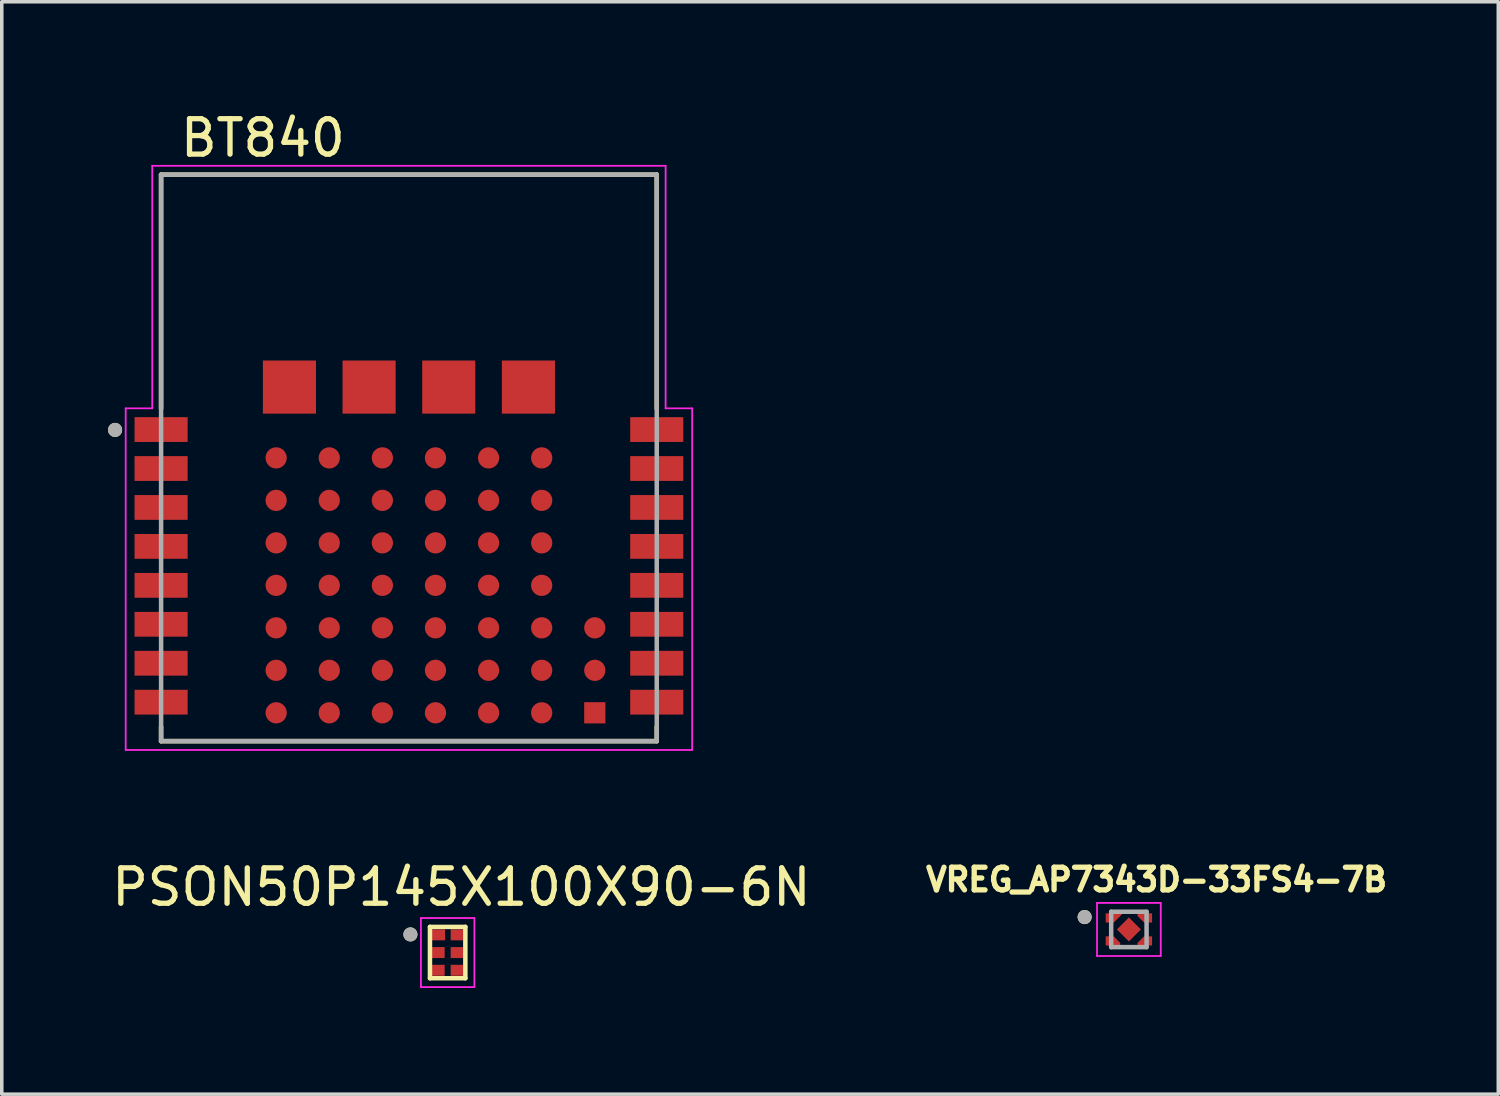
<source format=kicad_pcb>
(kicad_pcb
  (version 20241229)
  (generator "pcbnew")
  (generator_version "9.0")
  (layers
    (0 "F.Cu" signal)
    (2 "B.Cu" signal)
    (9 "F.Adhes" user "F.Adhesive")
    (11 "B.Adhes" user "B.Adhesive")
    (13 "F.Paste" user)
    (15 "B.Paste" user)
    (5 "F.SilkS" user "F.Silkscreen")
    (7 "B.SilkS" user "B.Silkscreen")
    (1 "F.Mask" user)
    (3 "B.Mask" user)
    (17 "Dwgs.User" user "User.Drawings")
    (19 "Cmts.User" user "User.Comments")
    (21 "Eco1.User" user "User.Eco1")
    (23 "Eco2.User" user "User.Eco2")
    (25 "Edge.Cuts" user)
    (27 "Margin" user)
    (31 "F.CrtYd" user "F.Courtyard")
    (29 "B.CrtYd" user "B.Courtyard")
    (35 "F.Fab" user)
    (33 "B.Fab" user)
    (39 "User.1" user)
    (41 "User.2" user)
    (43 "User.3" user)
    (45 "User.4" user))
  (footprint "BT840"
    (layer "F.Cu")
    (at 8.5 9.883)
    (property "Reference" "BT840" (at -4.125 -9.035 0) (layer "F.SilkS") (effects (font (size 1 1) (thickness 0.15))))
    (attr through_hole)
    (fp_line (start -7 -8) (end -7 -1.39) (stroke (width 0.127) (type solid)) (layer "F.SilkS"))
    (fp_line (start -7 -8) (end 7 -8) (stroke (width 0.127) (type solid)) (layer "F.SilkS"))
    (fp_line (start -7 7.59) (end -7 8) (stroke (width 0.127) (type solid)) (layer "F.SilkS"))
    (fp_line (start -7 8) (end 7 8) (stroke (width 0.127) (type solid)) (layer "F.SilkS"))
    (fp_line (start 7 -8) (end 7 -1.39) (stroke (width 0.127) (type solid)) (layer "F.SilkS"))
    (fp_line (start 7 8) (end 7 7.59) (stroke (width 0.127) (type solid)) (layer "F.SilkS"))
    (fp_circle (center -8.3 -0.79) (end -8.2 -0.79) (stroke (width 0.2) (type solid)) (fill no) (layer "F.SilkS"))
    (fp_line (start -8 -1.4) (end -8 8.25) (stroke (width 0.05) (type solid)) (layer "F.CrtYd"))
    (fp_line (start -8 -1.4) (end -7.25 -1.4) (stroke (width 0.05) (type solid)) (layer "F.CrtYd"))
    (fp_line (start -7.25 -8.25) (end -7.25 -1.4) (stroke (width 0.05) (type solid)) (layer "F.CrtYd"))
    (fp_line (start -7.25 -8.25) (end 7.25 -8.25) (stroke (width 0.05) (type solid)) (layer "F.CrtYd"))
    (fp_line (start 7.25 -8.25) (end 7.25 -1.4) (stroke (width 0.05) (type solid)) (layer "F.CrtYd"))
    (fp_line (start 7.25 -1.4) (end 8 -1.4) (stroke (width 0.05) (type solid)) (layer "F.CrtYd"))
    (fp_line (start 8 -1.4) (end 8 8.25) (stroke (width 0.05) (type solid)) (layer "F.CrtYd"))
    (fp_line (start 8 8.25) (end -8 8.25) (stroke (width 0.05) (type solid)) (layer "F.CrtYd"))
    (fp_line (start -7 -8) (end 7 -8) (stroke (width 0.127) (type solid)) (layer "F.Fab"))
    (fp_line (start -7 8) (end -7 -8) (stroke (width 0.127) (type solid)) (layer "F.Fab"))
    (fp_line (start 7 -8) (end 7 8) (stroke (width 0.127) (type solid)) (layer "F.Fab"))
    (fp_line (start 7 8) (end -7 8) (stroke (width 0.127) (type solid)) (layer "F.Fab"))
    (fp_circle (center -8.3 -0.79) (end -8.2 -0.79) (stroke (width 0.2) (type solid)) (fill no) (layer "F.Fab"))
    (pad "1" smd rect (at -7 -0.8) (size 1.5 0.7) (layers "F.Cu" "F.Mask" "F.Paste"))
    (pad "2" smd rect (at -7 0.3) (size 1.5 0.7) (layers "F.Cu" "F.Mask" "F.Paste"))
    (pad "3" smd rect (at -7 1.4) (size 1.5 0.7) (layers "F.Cu" "F.Mask" "F.Paste"))
    (pad "4" smd rect (at -7 2.5) (size 1.5 0.7) (layers "F.Cu" "F.Mask" "F.Paste"))
    (pad "5" smd rect (at -7 3.6) (size 1.5 0.7) (layers "F.Cu" "F.Mask" "F.Paste"))
    (pad "6" smd rect (at -7 4.7) (size 1.5 0.7) (layers "F.Cu" "F.Mask" "F.Paste"))
    (pad "7" smd rect (at -7 5.8) (size 1.5 0.7) (layers "F.Cu" "F.Mask" "F.Paste"))
    (pad "8" smd rect (at -7 6.9) (size 1.5 0.7) (layers "F.Cu" "F.Mask" "F.Paste"))
    (pad "9" smd rect (at 7 6.9 180) (size 1.5 0.7) (layers "F.Cu" "F.Mask" "F.Paste"))
    (pad "10" smd rect (at 7 5.8 180) (size 1.5 0.7) (layers "F.Cu" "F.Mask" "F.Paste"))
    (pad "11" smd rect (at 7 4.7 180) (size 1.5 0.7) (layers "F.Cu" "F.Mask" "F.Paste"))
    (pad "12" smd rect (at 7 3.6 180) (size 1.5 0.7) (layers "F.Cu" "F.Mask" "F.Paste"))
    (pad "13" smd rect (at 7 2.5 180) (size 1.5 0.7) (layers "F.Cu" "F.Mask" "F.Paste"))
    (pad "14" smd rect (at 7 1.4 180) (size 1.5 0.7) (layers "F.Cu" "F.Mask" "F.Paste"))
    (pad "15" smd rect (at 7 0.3 180) (size 1.5 0.7) (layers "F.Cu" "F.Mask" "F.Paste"))
    (pad "16" smd rect (at 7 -0.8 180) (size 1.5 0.7) (layers "F.Cu" "F.Mask" "F.Paste"))
    (pad "A0" smd circle (at -2.25 0) (size 0.6 0.6) (layers "F.Cu" "F.Mask" "F.Paste"))
    (pad "A1" smd circle (at -2.25 1.2) (size 0.6 0.6) (layers "F.Cu" "F.Mask" "F.Paste"))
    (pad "A2" smd circle (at -2.25 2.4) (size 0.6 0.6) (layers "F.Cu" "F.Mask" "F.Paste"))
    (pad "A3" smd circle (at -2.25 3.6) (size 0.6 0.6) (layers "F.Cu" "F.Mask" "F.Paste"))
    (pad "A4" smd circle (at -2.25 4.8) (size 0.6 0.6) (layers "F.Cu" "F.Mask" "F.Paste"))
    (pad "A5" smd circle (at -2.25 6) (size 0.6 0.6) (layers "F.Cu" "F.Mask" "F.Paste"))
    (pad "A6" smd circle (at -2.25 7.2) (size 0.6 0.6) (layers "F.Cu" "F.Mask" "F.Paste"))
    (pad "B0" smd circle (at -0.75 0) (size 0.6 0.6) (layers "F.Cu" "F.Mask" "F.Paste"))
    (pad "B1" smd circle (at -0.75 1.2) (size 0.6 0.6) (layers "F.Cu" "F.Mask" "F.Paste"))
    (pad "B2" smd circle (at -0.75 2.4) (size 0.6 0.6) (layers "F.Cu" "F.Mask" "F.Paste"))
    (pad "B3" smd circle (at -0.75 3.6) (size 0.6 0.6) (layers "F.Cu" "F.Mask" "F.Paste"))
    (pad "B4" smd circle (at -0.75 4.8) (size 0.6 0.6) (layers "F.Cu" "F.Mask" "F.Paste"))
    (pad "B5" smd circle (at -0.75 6) (size 0.6 0.6) (layers "F.Cu" "F.Mask" "F.Paste"))
    (pad "B6" smd circle (at -0.75 7.2) (size 0.6 0.6) (layers "F.Cu" "F.Mask" "F.Paste"))
    (pad "C0" smd circle (at 0.75 0) (size 0.6 0.6) (layers "F.Cu" "F.Mask" "F.Paste"))
    (pad "C1" smd circle (at 0.75 1.2) (size 0.6 0.6) (layers "F.Cu" "F.Mask" "F.Paste"))
    (pad "C2" smd circle (at 0.75 2.4) (size 0.6 0.6) (layers "F.Cu" "F.Mask" "F.Paste"))
    (pad "C3" smd circle (at 0.75 3.6) (size 0.6 0.6) (layers "F.Cu" "F.Mask" "F.Paste"))
    (pad "C4" smd circle (at 0.75 4.8) (size 0.6 0.6) (layers "F.Cu" "F.Mask" "F.Paste"))
    (pad "C5" smd circle (at 0.75 6) (size 0.6 0.6) (layers "F.Cu" "F.Mask" "F.Paste"))
    (pad "C6" smd circle (at 0.75 7.2) (size 0.6 0.6) (layers "F.Cu" "F.Mask" "F.Paste"))
    (pad "D0" smd circle (at 2.25 0) (size 0.6 0.6) (layers "F.Cu" "F.Mask" "F.Paste"))
    (pad "D1" smd circle (at 2.25 1.2) (size 0.6 0.6) (layers "F.Cu" "F.Mask" "F.Paste"))
    (pad "D2" smd circle (at 2.25 2.4) (size 0.6 0.6) (layers "F.Cu" "F.Mask" "F.Paste"))
    (pad "D3" smd circle (at 2.25 3.6) (size 0.6 0.6) (layers "F.Cu" "F.Mask" "F.Paste"))
    (pad "D4" smd circle (at 2.25 4.8) (size 0.6 0.6) (layers "F.Cu" "F.Mask" "F.Paste"))
    (pad "D5" smd circle (at 2.25 6) (size 0.6 0.6) (layers "F.Cu" "F.Mask" "F.Paste"))
    (pad "D6" smd circle (at 2.25 7.2) (size 0.6 0.6) (layers "F.Cu" "F.Mask" "F.Paste"))
    (pad "E0" smd circle (at 3.75 0) (size 0.6 0.6) (layers "F.Cu" "F.Mask" "F.Paste"))
    (pad "E1" smd circle (at 3.75 1.2) (size 0.6 0.6) (layers "F.Cu" "F.Mask" "F.Paste"))
    (pad "E2" smd circle (at 3.75 2.4) (size 0.6 0.6) (layers "F.Cu" "F.Mask" "F.Paste"))
    (pad "E3" smd circle (at 3.75 3.6) (size 0.6 0.6) (layers "F.Cu" "F.Mask" "F.Paste"))
    (pad "E4" smd circle (at 3.75 4.8) (size 0.6 0.6) (layers "F.Cu" "F.Mask" "F.Paste"))
    (pad "E5" smd circle (at 3.75 6) (size 0.6 0.6) (layers "F.Cu" "F.Mask" "F.Paste"))
    (pad "E6" smd circle (at 3.75 7.2) (size 0.6 0.6) (layers "F.Cu" "F.Mask" "F.Paste"))
    (pad "F0" smd rect (at -3.375 -2) (size 1.5 1.5) (layers "F.Cu" "F.Mask" "F.Paste"))
    (pad "F1" smd rect (at -1.125 -2) (size 1.5 1.5) (layers "F.Cu" "F.Mask" "F.Paste"))
    (pad "F2" smd rect (at 1.125 -2) (size 1.5 1.5) (layers "F.Cu" "F.Mask" "F.Paste"))
    (pad "F3" smd rect (at 3.375 -2) (size 1.5 1.5) (layers "F.Cu" "F.Mask" "F.Paste"))
    (pad "F4" smd circle (at 5.25 4.8) (size 0.6 0.6) (layers "F.Cu" "F.Mask" "F.Paste"))
    (pad "F5" smd circle (at 5.25 6) (size 0.6 0.6) (layers "F.Cu" "F.Mask" "F.Paste"))
    (pad "F6" smd rect (at 5.25 7.2) (size 0.6 0.6) (layers "F.Cu" "F.Mask" "F.Paste"))
    (pad "Z0" smd circle (at -3.75 0) (size 0.6 0.6) (layers "F.Cu" "F.Mask" "F.Paste"))
    (pad "Z1" smd circle (at -3.75 1.2) (size 0.6 0.6) (layers "F.Cu" "F.Mask" "F.Paste"))
    (pad "Z2" smd circle (at -3.75 2.4) (size 0.6 0.6) (layers "F.Cu" "F.Mask" "F.Paste"))
    (pad "Z3" smd circle (at -3.75 3.6) (size 0.6 0.6) (layers "F.Cu" "F.Mask" "F.Paste"))
    (pad "Z4" smd circle (at -3.75 4.8) (size 0.6 0.6) (layers "F.Cu" "F.Mask" "F.Paste"))
    (pad "Z5" smd circle (at -3.75 6) (size 0.6 0.6) (layers "F.Cu" "F.Mask" "F.Paste"))
    (pad "Z6" smd circle (at -3.75 7.2) (size 0.6 0.6) (layers "F.Cu" "F.Mask" "F.Paste"))
    (zone (net_name "") (layer "F.Cu") (hatch full 0.508) (connect_pads) (min_thickness 0.01) (filled_areas_thickness no) (keepout (tracks not_allowed) (vias not_allowed) (pads not_allowed) (copperpour not_allowed) (footprints allowed)) (placement (enabled no)) (fill) (polygon (pts (xy 1.5 1.883) (xy 15.5 1.883) (xy 15.5 6.883) (xy 1.5 6.883))))
    (zone (net_name "") (layers "F.Cu" "B.Cu") (hatch full 0.508) (connect_pads) (min_thickness 0.01) (filled_areas_thickness no) (keepout (tracks allowed) (vias not_allowed) (pads allowed) (copperpour allowed) (footprints allowed)) (placement (enabled no)) (fill) (polygon (pts (xy 1.5 1.883) (xy 15.5 1.883) (xy 15.5 6.883) (xy 1.5 6.883)))))
  (footprint "VREG_AP7343D-33FS4-7B"
    (layer "F.Cu")
    (at 28.835 23.202)
    (property "Reference" "VREG_AP7343D-33FS4-7B" (at 0.782 -1.406 0) (layer "F.SilkS") (effects (font (size 0.64 0.64) (thickness 0.15))))
    (attr smd)
    (fp_poly (pts (xy -0.75 -0.55) (xy 0.02 -0.55) (xy -0.43 -0.1) (xy -0.75 -0.1)) (stroke (width 0.01) (type solid)) (fill yes) (layer "F.Mask"))
    (fp_poly (pts (xy -0.75 0.55) (xy -0.15 0.55) (xy -0.15 0.38) (xy -0.43 0.1) (xy -0.75 0.1)) (stroke (width 0.01) (type solid)) (fill yes) (layer "F.Mask"))
    (fp_poly (pts (xy 0.75 -0.55) (xy 0.15 -0.55) (xy 0.15 -0.38) (xy 0.43 -0.1) (xy 0.75 -0.1)) (stroke (width 0.01) (type solid)) (fill yes) (layer "F.Mask"))
    (fp_poly (pts (xy 0.75 0.55) (xy 0.15 0.55) (xy 0.15 0.38) (xy 0.43 0.1) (xy 0.75 0.1)) (stroke (width 0.01) (type solid)) (fill yes) (layer "F.Mask"))
    (fp_circle (center -1.25 -0.35) (end -1.15 -0.35) (stroke (width 0.2) (type solid)) (fill no) (layer "F.SilkS"))
    (fp_poly (pts (xy -0.65 -0.45) (xy -0.18 -0.45) (xy -0.43 -0.2) (xy -0.65 -0.2)) (stroke (width 0.01) (type solid)) (fill yes) (layer "F.Paste"))
    (fp_poly (pts (xy -0.152 -0.152) (xy 0.152 -0.152) (xy 0.152 0.152) (xy -0.152 0.152)) (stroke (width 0.01) (type solid)) (fill yes) (layer "F.Paste"))
    (fp_poly (pts (xy -0.65 0.45) (xy -0.25 0.45) (xy -0.25 0.38) (xy -0.43 0.2) (xy -0.65 0.2)) (stroke (width 0.01) (type solid)) (fill yes) (layer "F.Paste"))
    (fp_poly (pts (xy 0.65 -0.45) (xy 0.25 -0.45) (xy 0.25 -0.38) (xy 0.43 -0.2) (xy 0.65 -0.2)) (stroke (width 0.01) (type solid)) (fill yes) (layer "F.Paste"))
    (fp_poly (pts (xy 0.65 0.45) (xy 0.25 0.45) (xy 0.25 0.38) (xy 0.43 0.2) (xy 0.65 0.2)) (stroke (width 0.01) (type solid)) (fill yes) (layer "F.Paste"))
    (fp_line (start -0.9 -0.75) (end 0.9 -0.75) (stroke (width 0.05) (type solid)) (layer "F.CrtYd"))
    (fp_line (start -0.9 0.75) (end -0.9 -0.75) (stroke (width 0.05) (type solid)) (layer "F.CrtYd"))
    (fp_line (start 0.9 -0.75) (end 0.9 0.75) (stroke (width 0.05) (type solid)) (layer "F.CrtYd"))
    (fp_line (start 0.9 0.75) (end -0.9 0.75) (stroke (width 0.05) (type solid)) (layer "F.CrtYd"))
    (fp_line (start -0.5 -0.5) (end -0.5 0.5) (stroke (width 0.127) (type solid)) (layer "F.Fab"))
    (fp_line (start -0.5 0.5) (end 0.5 0.5) (stroke (width 0.127) (type solid)) (layer "F.Fab"))
    (fp_line (start 0.5 -0.5) (end -0.5 -0.5) (stroke (width 0.127) (type solid)) (layer "F.Fab"))
    (fp_line (start 0.5 0.5) (end 0.5 -0.5) (stroke (width 0.127) (type solid)) (layer "F.Fab"))
    (fp_circle (center -1.25 -0.35) (end -1.15 -0.35) (stroke (width 0.2) (type solid)) (fill no) (layer "F.Fab"))
    (pad "1" smd custom (at -0.45 -0.325) (size 0.1 0.1) (layers "F.Cu") (options (anchor rect)) (primitives (gr_poly (pts (xy -0.2 -0.125) (xy 0.27 -0.125) (xy 0.02 0.125) (xy -0.2 0.125)) (width 0.01) (fill yes))))
    (pad "2" smd custom (at -0.45 0.325) (size 0.1 0.1) (layers "F.Cu") (options (anchor rect)) (primitives (gr_poly (pts (xy -0.2 0.125) (xy 0.2 0.125) (xy 0.2 0.055) (xy 0.02 -0.125) (xy -0.2 -0.125)) (width 0.01) (fill yes))))
    (pad "3" smd custom (at 0.45 0.325) (size 0.1 0.1) (layers "F.Cu") (options (anchor rect)) (primitives (gr_poly (pts (xy 0.2 0.125) (xy -0.2 0.125) (xy -0.2 0.055) (xy -0.02 -0.125) (xy 0.2 -0.125)) (width 0.01) (fill yes))))
    (pad "4" smd custom (at 0.45 -0.325) (size 0.1 0.1) (layers "F.Cu") (options (anchor rect)) (primitives (gr_poly (pts (xy 0.2 -0.125) (xy -0.2 -0.125) (xy -0.2 -0.055) (xy -0.02 0.125) (xy 0.2 0.125)) (width 0.01) (fill yes))))
    (pad "5" smd rect (at 0 0 45) (size 0.48 0.48) (layers "F.Cu" "F.Mask")))
  (footprint "PSON50P145X100X90-6N"
    (layer "F.Cu")
    (at 9.594 23.855)
    (property "Reference" "PSON50P145X100X90-6N" (at 0.388 -1.848 0) (layer "F.SilkS") (effects (font (size 1 1) (thickness 0.15))))
    (attr smd)
    (fp_line (start -0.5 -0.725) (end 0.5 -0.725) (stroke (width 0.127) (type solid)) (layer "F.SilkS"))
    (fp_line (start -0.5 0.725) (end -0.5 -0.725) (stroke (width 0.127) (type solid)) (layer "F.SilkS"))
    (fp_line (start 0.5 -0.725) (end 0.5 0.725) (stroke (width 0.127) (type solid)) (layer "F.SilkS"))
    (fp_line (start 0.5 0.725) (end -0.5 0.725) (stroke (width 0.127) (type solid)) (layer "F.SilkS"))
    (fp_circle (center -1.052 -0.512) (end -0.952 -0.512) (stroke (width 0.2) (type solid)) (fill no) (layer "F.SilkS"))
    (fp_line (start -0.755 -0.975) (end -0.755 0.975) (stroke (width 0.05) (type solid)) (layer "F.CrtYd"))
    (fp_line (start -0.755 0.975) (end 0.755 0.975) (stroke (width 0.05) (type solid)) (layer "F.CrtYd"))
    (fp_line (start 0.755 -0.975) (end -0.755 -0.975) (stroke (width 0.05) (type solid)) (layer "F.CrtYd"))
    (fp_line (start 0.755 0.975) (end 0.755 -0.975) (stroke (width 0.05) (type solid)) (layer "F.CrtYd"))
    (fp_circle (center -1.052 -0.512) (end -0.952 -0.512) (stroke (width 0.2) (type solid)) (fill no) (layer "F.Fab"))
    (pad "1" smd rect (at -0.29 -0.5) (size 0.43 0.31) (layers "F.Cu" "F.Mask" "F.Paste"))
    (pad "2" smd rect (at -0.295 0) (size 0.42 0.31) (layers "F.Cu" "F.Mask" "F.Paste"))
    (pad "3" smd rect (at -0.295 0.5) (size 0.42 0.31) (layers "F.Cu" "F.Mask" "F.Paste"))
    (pad "4" smd rect (at 0.295 0.5) (size 0.42 0.31) (layers "F.Cu" "F.Mask" "F.Paste"))
    (pad "5" smd rect (at 0.295 0) (size 0.42 0.31) (layers "F.Cu" "F.Mask" "F.Paste"))
    (pad "6" smd rect (at 0.295 -0.5) (size 0.42 0.31) (layers "F.Cu" "F.Mask" "F.Paste")))
  (gr_rect
    (start -3 -3)
    (end 39.269 27.855)
    (stroke (width 0.1) (type default))
    (fill no)
    (layer "Edge.Cuts")))
</source>
